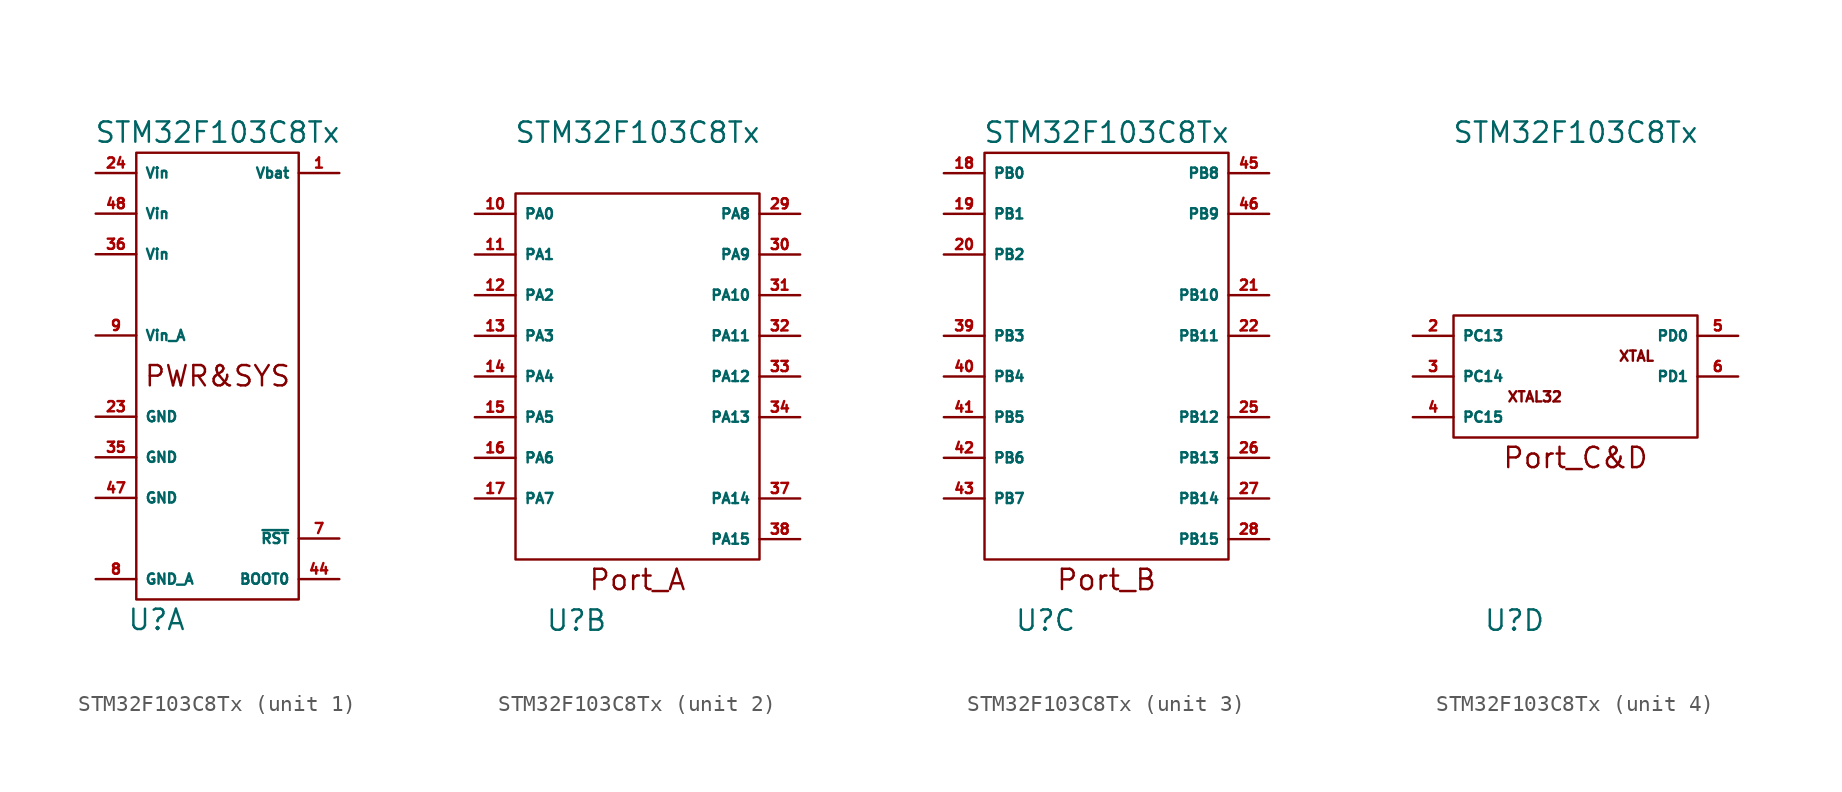
<source format=kicad_sym>
(kicad_symbol_lib
  (version 20211014)
  (generator kicad_symbol_editor)
  (symbol "STM32F103C8Tx"
    (property "Reference" "U"
      (at -3.81 -15.24 0)
      (effects (font (size 1.27 1.27))))
    (property "Value" "STM32F103C8Tx"
      (at 0 15.24 0)
      (effects (font (size 1.27 1.27))))
    (property "ki_locked" ""
      (at 0 0 0)
      (effects (font (size 1.27 1.27))))
    (symbol "STM32F103C8Tx_1_0"
      (rectangle (start -5.08 13.97) (end 5.08 -13.97) (stroke (width 0) (type default) (color 0 0 0 0)) (fill (type none)))
      (text "PWR&SYS" (at 0 0 0) (effects (font (size 1.27 1.27)))))
    (symbol "STM32F103C8Tx_1_1"
      (pin power_in line (at 7.62 12.7 180) (length 2.54) (name "Vbat" (effects (font (size 0.635 0.635)))) (number "1" (effects (font (size 0.635 0.635)))))
      (pin power_in line (at -7.62 -2.54 0) (length 2.54) (name "GND" (effects (font (size 0.635 0.635)))) (number "23" (effects (font (size 0.635 0.635)))))
      (pin power_in line (at -7.62 12.7 0) (length 2.54) (name "Vin" (effects (font (size 0.635 0.635)))) (number "24" (effects (font (size 0.635 0.635)))))
      (pin power_in line (at -7.62 -5.08 0) (length 2.54) (name "GND" (effects (font (size 0.635 0.635)))) (number "35" (effects (font (size 0.635 0.635)))))
      (pin power_in line (at -7.62 7.62 0) (length 2.54) (name "Vin" (effects (font (size 0.635 0.635)))) (number "36" (effects (font (size 0.635 0.635)))))
      (pin input line (at 7.62 -12.7 180) (length 2.54) (name "BOOT0" (effects (font (size 0.635 0.635)))) (number "44" (effects (font (size 0.635 0.635)))))
      (pin power_in line (at -7.62 -7.62 0) (length 2.54) (name "GND" (effects (font (size 0.635 0.635)))) (number "47" (effects (font (size 0.635 0.635)))))
      (pin power_in line (at -7.62 10.16 0) (length 2.54) (name "Vin" (effects (font (size 0.635 0.635)))) (number "48" (effects (font (size 0.635 0.635)))))
      (pin input line (at 7.62 -10.16 180) (length 2.54) (name "~{RST}" (effects (font (size 0.635 0.635)))) (number "7" (effects (font (size 0.635 0.635)))))
      (pin power_in line (at -7.62 -12.7 0) (length 2.54) (name "GND_A" (effects (font (size 0.635 0.635)))) (number "8" (effects (font (size 0.635 0.635)))))
      (pin power_in line (at -7.62 2.54 0) (length 2.54) (name "Vin_A" (effects (font (size 0.635 0.635)))) (number "9" (effects (font (size 0.635 0.635))))))
    (symbol "STM32F103C8Tx_2_0"
      (rectangle (start -7.62 11.43) (end 7.62 -11.43) (stroke (width 0) (type default) (color 0 0 0 0)) (fill (type none)))
      (text "Port_A" (at 0 -12.7 0) (effects (font (size 1.27 1.27)))))
    (symbol "STM32F103C8Tx_2_1"
      (pin bidirectional line (at -10.16 10.16 0) (length 2.54) (name "PA0" (effects (font (size 0.635 0.635)))) (number "10" (effects (font (size 0.635 0.635)))))
      (pin bidirectional line (at -10.16 7.62 0) (length 2.54) (name "PA1" (effects (font (size 0.635 0.635)))) (number "11" (effects (font (size 0.635 0.635)))))
      (pin bidirectional line (at -10.16 5.08 0) (length 2.54) (name "PA2" (effects (font (size 0.635 0.635)))) (number "12" (effects (font (size 0.635 0.635)))))
      (pin bidirectional line (at -10.16 2.54 0) (length 2.54) (name "PA3" (effects (font (size 0.635 0.635)))) (number "13" (effects (font (size 0.635 0.635)))))
      (pin bidirectional line (at -10.16 0 0) (length 2.54) (name "PA4" (effects (font (size 0.635 0.635)))) (number "14" (effects (font (size 0.635 0.635)))))
      (pin bidirectional line (at -10.16 -2.54 0) (length 2.54) (name "PA5" (effects (font (size 0.635 0.635)))) (number "15" (effects (font (size 0.635 0.635)))))
      (pin bidirectional line (at -10.16 -5.08 0) (length 2.54) (name "PA6" (effects (font (size 0.635 0.635)))) (number "16" (effects (font (size 0.635 0.635)))))
      (pin bidirectional line (at -10.16 -7.62 0) (length 2.54) (name "PA7" (effects (font (size 0.635 0.635)))) (number "17" (effects (font (size 0.635 0.635)))))
      (pin bidirectional line (at 10.16 10.16 180) (length 2.54) (name "PA8" (effects (font (size 0.635 0.635)))) (number "29" (effects (font (size 0.635 0.635)))))
      (pin bidirectional line (at 10.16 7.62 180) (length 2.54) (name "PA9" (effects (font (size 0.635 0.635)))) (number "30" (effects (font (size 0.635 0.635)))))
      (pin bidirectional line (at 10.16 5.08 180) (length 2.54) (name "PA10" (effects (font (size 0.635 0.635)))) (number "31" (effects (font (size 0.635 0.635)))))
      (pin bidirectional line (at 10.16 2.54 180) (length 2.54) (name "PA11" (effects (font (size 0.635 0.635)))) (number "32" (effects (font (size 0.635 0.635)))))
      (pin bidirectional line (at 10.16 0 180) (length 2.54) (name "PA12" (effects (font (size 0.635 0.635)))) (number "33" (effects (font (size 0.635 0.635)))))
      (pin bidirectional line (at 10.16 -2.54 180) (length 2.54) (name "PA13" (effects (font (size 0.635 0.635)))) (number "34" (effects (font (size 0.635 0.635)))))
      (pin bidirectional line (at 10.16 -7.62 180) (length 2.54) (name "PA14" (effects (font (size 0.635 0.635)))) (number "37" (effects (font (size 0.635 0.635)))))
      (pin bidirectional line (at 10.16 -10.16 180) (length 2.54) (name "PA15" (effects (font (size 0.635 0.635)))) (number "38" (effects (font (size 0.635 0.635))))))
    (symbol "STM32F103C8Tx_3_0"
      (rectangle (start -7.62 13.97) (end 7.62 -11.43) (stroke (width 0) (type default) (color 0 0 0 0)) (fill (type none)))
      (text "Port_B" (at 0 -12.7 0) (effects (font (size 1.27 1.27)))))
    (symbol "STM32F103C8Tx_3_1"
      (pin bidirectional line (at -10.16 12.7 0) (length 2.54) (name "PB0" (effects (font (size 0.635 0.635)))) (number "18" (effects (font (size 0.635 0.635)))))
      (pin bidirectional line (at -10.16 10.16 0) (length 2.54) (name "PB1" (effects (font (size 0.635 0.635)))) (number "19" (effects (font (size 0.635 0.635)))))
      (pin bidirectional line (at -10.16 7.62 0) (length 2.54) (name "PB2" (effects (font (size 0.635 0.635)))) (number "20" (effects (font (size 0.635 0.635)))))
      (pin bidirectional line (at 10.16 5.08 180) (length 2.54) (name "PB10" (effects (font (size 0.635 0.635)))) (number "21" (effects (font (size 0.635 0.635)))))
      (pin bidirectional line (at 10.16 2.54 180) (length 2.54) (name "PB11" (effects (font (size 0.635 0.635)))) (number "22" (effects (font (size 0.635 0.635)))))
      (pin bidirectional line (at 10.16 -2.54 180) (length 2.54) (name "PB12" (effects (font (size 0.635 0.635)))) (number "25" (effects (font (size 0.635 0.635)))))
      (pin bidirectional line (at 10.16 -5.08 180) (length 2.54) (name "PB13" (effects (font (size 0.635 0.635)))) (number "26" (effects (font (size 0.635 0.635)))))
      (pin bidirectional line (at 10.16 -7.62 180) (length 2.54) (name "PB14" (effects (font (size 0.635 0.635)))) (number "27" (effects (font (size 0.635 0.635)))))
      (pin bidirectional line (at 10.16 -10.16 180) (length 2.54) (name "PB15" (effects (font (size 0.635 0.635)))) (number "28" (effects (font (size 0.635 0.635)))))
      (pin bidirectional line (at -10.16 2.54 0) (length 2.54) (name "PB3" (effects (font (size 0.635 0.635)))) (number "39" (effects (font (size 0.635 0.635)))))
      (pin bidirectional line (at -10.16 0 0) (length 2.54) (name "PB4" (effects (font (size 0.635 0.635)))) (number "40" (effects (font (size 0.635 0.635)))))
      (pin bidirectional line (at -10.16 -2.54 0) (length 2.54) (name "PB5" (effects (font (size 0.635 0.635)))) (number "41" (effects (font (size 0.635 0.635)))))
      (pin bidirectional line (at -10.16 -5.08 0) (length 2.54) (name "PB6" (effects (font (size 0.635 0.635)))) (number "42" (effects (font (size 0.635 0.635)))))
      (pin bidirectional line (at -10.16 -7.62 0) (length 2.54) (name "PB7" (effects (font (size 0.635 0.635)))) (number "43" (effects (font (size 0.635 0.635)))))
      (pin bidirectional line (at 10.16 12.7 180) (length 2.54) (name "PB8" (effects (font (size 0.635 0.635)))) (number "45" (effects (font (size 0.635 0.635)))))
      (pin bidirectional line (at 10.16 10.16 180) (length 2.54) (name "PB9" (effects (font (size 0.635 0.635)))) (number "46" (effects (font (size 0.635 0.635))))))
    (symbol "STM32F103C8Tx_4_0"
      (rectangle (start -7.62 3.81) (end 7.62 -3.81) (stroke (width 0) (type default) (color 0 0 0 0)) (fill (type none)))
      (text "Port_C&D" (at 0 -5.08 0) (effects (font (size 1.27 1.27)))))
    (symbol "STM32F103C8Tx_4_1"
      (text "XTAL" (at 3.81 1.27 0) (effects (font (size 0.635 0.635))))
      (text "XTAL32" (at -2.54 -1.27 0) (effects (font (size 0.635 0.635))))
      (pin bidirectional line (at -10.16 2.54 0) (length 2.54) (name "PC13" (effects (font (size 0.635 0.635)))) (number "2" (effects (font (size 0.635 0.635)))))
      (pin bidirectional line (at -10.16 0 0) (length 2.54) (name "PC14" (effects (font (size 0.635 0.635)))) (number "3" (effects (font (size 0.635 0.635)))))
      (pin bidirectional line (at -10.16 -2.54 0) (length 2.54) (name "PC15" (effects (font (size 0.635 0.635)))) (number "4" (effects (font (size 0.635 0.635)))))
      (pin bidirectional line (at 10.16 2.54 180) (length 2.54) (name "PD0" (effects (font (size 0.635 0.635)))) (number "5" (effects (font (size 0.635 0.635)))))
      (pin bidirectional line (at 10.16 0 180) (length 2.54) (name "PD1" (effects (font (size 0.635 0.635)))) (number "6" (effects (font (size 0.635 0.635))))))))
</source>
